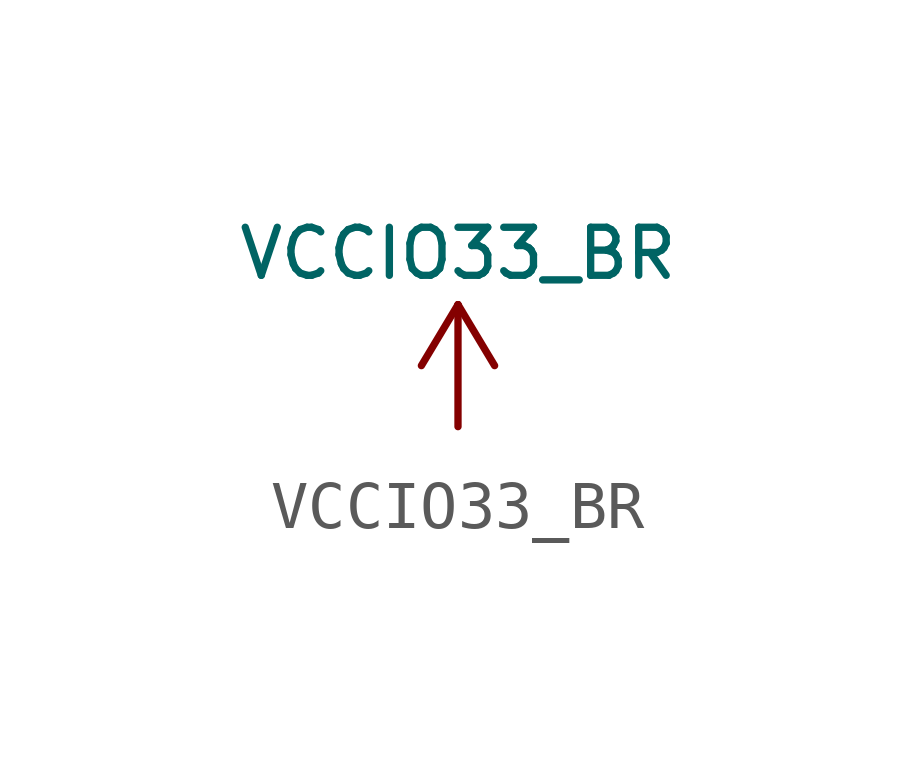
<source format=kicad_sym>
(kicad_symbol_lib
  (version 20241209)
  (generator "kicad_symbol_editor")
  (generator_version "9.0")
  (symbol "VCCIO33_BR"
    (power)
    (pin_names
      (offset 0))
    (property "Reference" "#PWR?"
      (at 0 -3.81 0)
      (effects (font (size 1.27 1.27)) (hide yes)))
    (property "Value" "VCCIO33_BR"
      (at 0 3.605 0)
      (effects (font (size 1 1))))
    (symbol "VCCIO33_BR_0_1"
      (polyline (pts (xy -0.762 1.27) (xy 0 2.54)) (stroke (width 0) (type default)) (fill (type none)))
      (polyline (pts (xy 0 2.54) (xy 0.762 1.27)) (stroke (width 0) (type default)) (fill (type none)))
      (polyline (pts (xy 0 0) (xy 0 2.54)) (stroke (width 0) (type default)) (fill (type none))))
    (symbol "VCCIO33_BR_1_1"
      (pin power_in line (at 0 0 90) (length 0) (hide yes) (name "VCCIO33_BR" (effects (font (size 1.27 1.27)))) (number "1" (effects (font (size 1.27 1.27))))))))
</source>
